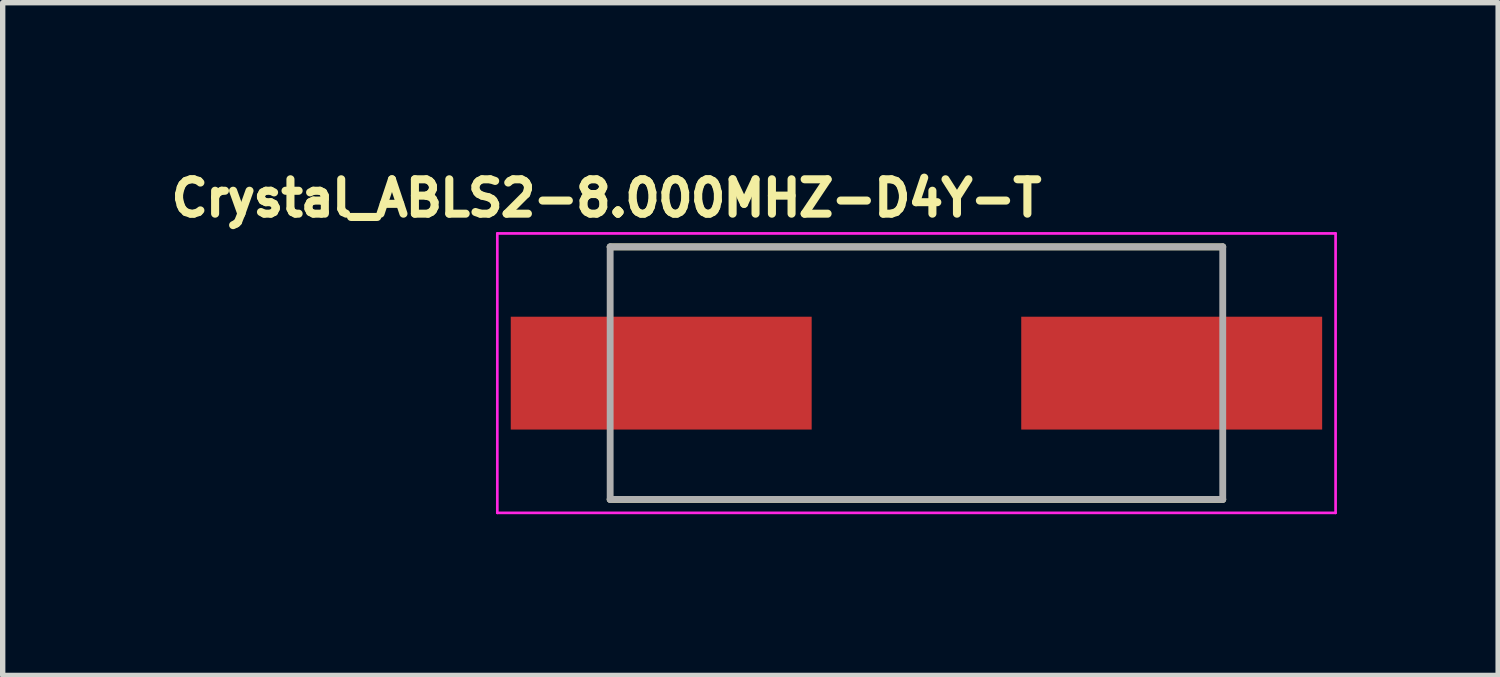
<source format=kicad_pcb>
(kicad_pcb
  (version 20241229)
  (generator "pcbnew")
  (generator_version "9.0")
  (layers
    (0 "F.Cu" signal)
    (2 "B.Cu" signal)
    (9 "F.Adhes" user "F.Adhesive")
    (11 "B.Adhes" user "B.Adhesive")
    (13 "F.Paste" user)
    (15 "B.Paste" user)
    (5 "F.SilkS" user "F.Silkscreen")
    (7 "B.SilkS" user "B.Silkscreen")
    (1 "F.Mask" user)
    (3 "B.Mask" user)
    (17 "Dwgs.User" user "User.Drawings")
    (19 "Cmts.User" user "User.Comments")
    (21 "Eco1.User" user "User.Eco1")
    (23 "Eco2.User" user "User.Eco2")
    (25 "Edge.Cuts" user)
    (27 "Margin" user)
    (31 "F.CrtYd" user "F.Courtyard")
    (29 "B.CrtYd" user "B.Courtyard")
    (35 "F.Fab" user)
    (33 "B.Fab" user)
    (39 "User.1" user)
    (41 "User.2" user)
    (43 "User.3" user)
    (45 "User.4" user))
  (footprint "Crystal_ABLS2-8.000MHZ-D4Y-T"
    (layer "F.Cu")
    (at 14.005 3.894)
    (property "Reference" "Crystal_ABLS2-8.000MHZ-D4Y-T" (at -5.768 -3.256 0) (layer "F.SilkS") (effects (font (size 0.64 0.64) (thickness 0.15))))
    (attr smd)
    (fp_line (start -5.7 -2.35) (end 5.7 -2.35) (stroke (width 0.127) (type solid)) (layer "F.SilkS"))
    (fp_line (start -5.7 2.35) (end 5.7 2.35) (stroke (width 0.127) (type solid)) (layer "F.SilkS"))
    (fp_line (start -7.8 -2.6) (end -7.8 2.6) (stroke (width 0.05) (type solid)) (layer "F.CrtYd"))
    (fp_line (start -7.8 2.6) (end 7.8 2.6) (stroke (width 0.05) (type solid)) (layer "F.CrtYd"))
    (fp_line (start 7.8 -2.6) (end -7.8 -2.6) (stroke (width 0.05) (type solid)) (layer "F.CrtYd"))
    (fp_line (start 7.8 2.6) (end 7.8 -2.6) (stroke (width 0.05) (type solid)) (layer "F.CrtYd"))
    (fp_line (start -5.7 -2.35) (end -5.7 2.35) (stroke (width 0.127) (type solid)) (layer "F.Fab"))
    (fp_line (start -5.7 -2.35) (end 5.7 -2.35) (stroke (width 0.127) (type solid)) (layer "F.Fab"))
    (fp_line (start -5.7 2.35) (end 5.7 2.35) (stroke (width 0.127) (type solid)) (layer "F.Fab"))
    (fp_line (start 5.7 -2.35) (end 5.7 2.35) (stroke (width 0.127) (type solid)) (layer "F.Fab"))
    (pad "1" smd rect (at -4.75 0) (size 5.6 2.1) (layers "F.Cu" "F.Mask" "F.Paste"))
    (pad "2" smd rect (at 4.75 0) (size 5.6 2.1) (layers "F.Cu" "F.Mask" "F.Paste")))
  (gr_rect
    (start -3 -3)
    (end 24.83 9.519)
    (stroke (width 0.1) (type default))
    (fill no)
    (layer "Edge.Cuts")))
</source>
